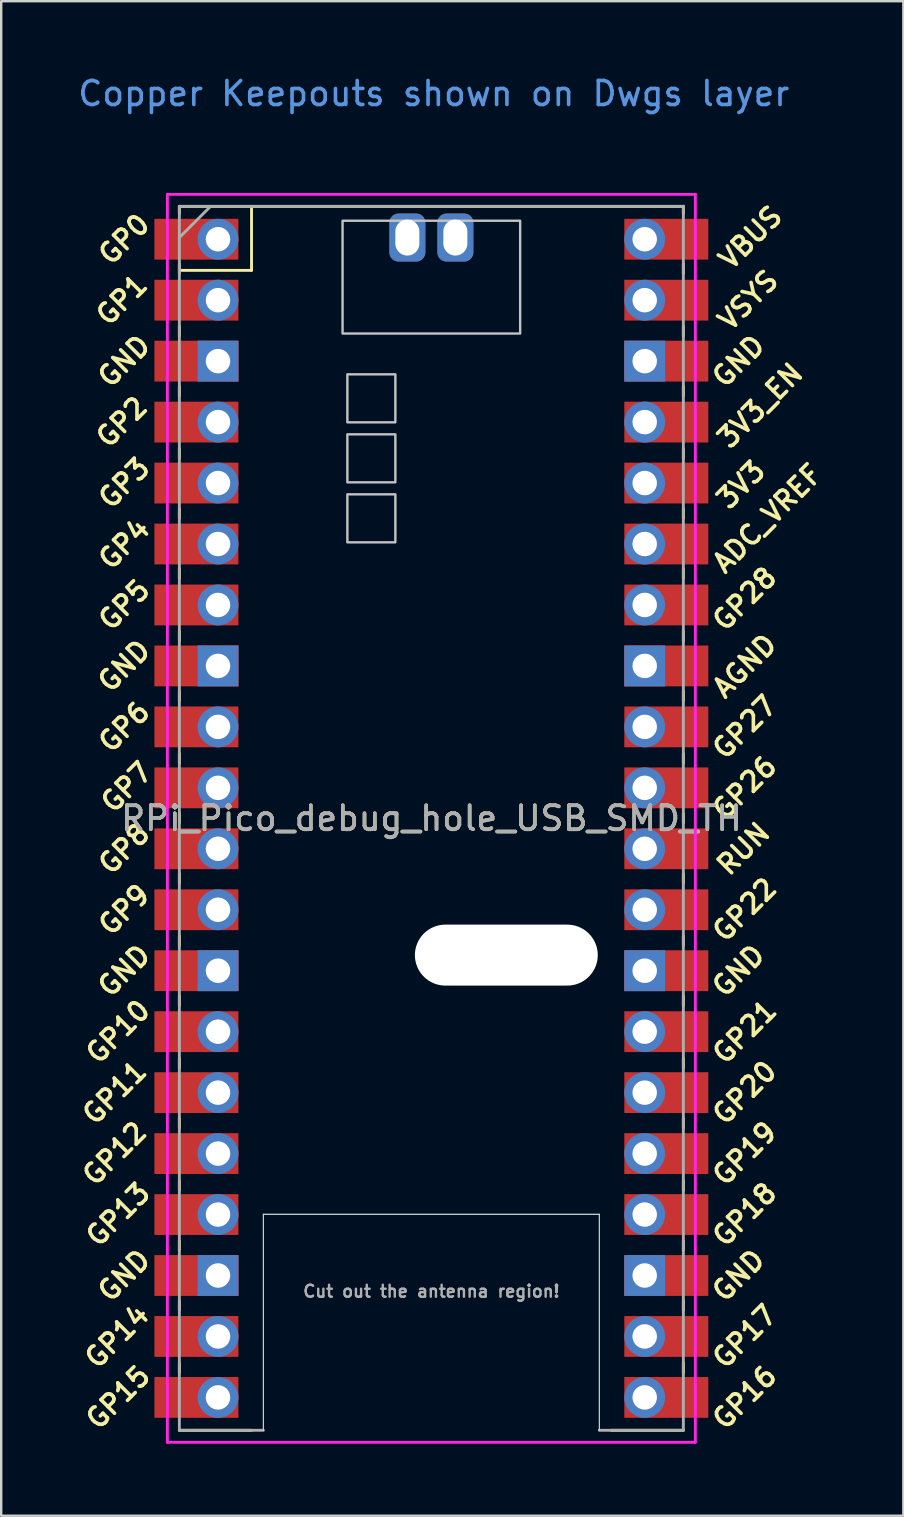
<source format=kicad_pcb>
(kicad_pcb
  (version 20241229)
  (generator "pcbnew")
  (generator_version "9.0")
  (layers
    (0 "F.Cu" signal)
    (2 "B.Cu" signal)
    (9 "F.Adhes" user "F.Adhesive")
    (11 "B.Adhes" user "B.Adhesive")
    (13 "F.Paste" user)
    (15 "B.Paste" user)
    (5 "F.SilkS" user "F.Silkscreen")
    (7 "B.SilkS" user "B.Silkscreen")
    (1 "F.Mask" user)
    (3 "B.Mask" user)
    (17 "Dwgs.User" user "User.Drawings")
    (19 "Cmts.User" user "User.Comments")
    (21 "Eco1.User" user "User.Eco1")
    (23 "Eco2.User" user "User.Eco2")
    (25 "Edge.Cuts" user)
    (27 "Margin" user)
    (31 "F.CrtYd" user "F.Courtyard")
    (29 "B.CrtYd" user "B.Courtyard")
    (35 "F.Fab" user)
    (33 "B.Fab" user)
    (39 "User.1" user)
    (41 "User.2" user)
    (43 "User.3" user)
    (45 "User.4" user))
  (footprint "RPi_Pico_debug_hole_USB_SMD_TH"
    (layer "F.Cu")
    (at 14.924 31.048)
    (property "Reference" "RPi_Pico_debug_hole_USB_SMD_TH" (at 0 0 0) (layer "F.SilkS") (effects (font (size 1 1) (thickness 0.15))))
    (attr smd)
    (fp_line (start -10.5 -25.5) (end -10.5 -25.2) (stroke (width 0.12) (type solid)) (layer "F.SilkS"))
    (fp_line (start -10.5 -25.5) (end 10.5 -25.5) (stroke (width 0.12) (type solid)) (layer "F.SilkS"))
    (fp_line (start -10.5 -23.1) (end -10.5 -22.7) (stroke (width 0.12) (type solid)) (layer "F.SilkS"))
    (fp_line (start -10.5 -22.833) (end -7.493 -22.833) (stroke (width 0.12) (type solid)) (layer "F.SilkS"))
    (fp_line (start -10.5 -20.5) (end -10.5 -20.1) (stroke (width 0.12) (type solid)) (layer "F.SilkS"))
    (fp_line (start -10.5 -18) (end -10.5 -17.6) (stroke (width 0.12) (type solid)) (layer "F.SilkS"))
    (fp_line (start -10.5 -15.4) (end -10.5 -15) (stroke (width 0.12) (type solid)) (layer "F.SilkS"))
    (fp_line (start -10.5 -12.9) (end -10.5 -12.5) (stroke (width 0.12) (type solid)) (layer "F.SilkS"))
    (fp_line (start -10.5 -10.4) (end -10.5 -10) (stroke (width 0.12) (type solid)) (layer "F.SilkS"))
    (fp_line (start -10.5 -7.8) (end -10.5 -7.4) (stroke (width 0.12) (type solid)) (layer "F.SilkS"))
    (fp_line (start -10.5 -5.3) (end -10.5 -4.9) (stroke (width 0.12) (type solid)) (layer "F.SilkS"))
    (fp_line (start -10.5 -2.7) (end -10.5 -2.3) (stroke (width 0.12) (type solid)) (layer "F.SilkS"))
    (fp_line (start -10.5 -0.2) (end -10.5 0.2) (stroke (width 0.12) (type solid)) (layer "F.SilkS"))
    (fp_line (start -10.5 2.3) (end -10.5 2.7) (stroke (width 0.12) (type solid)) (layer "F.SilkS"))
    (fp_line (start -10.5 4.9) (end -10.5 5.3) (stroke (width 0.12) (type solid)) (layer "F.SilkS"))
    (fp_line (start -10.5 7.4) (end -10.5 7.8) (stroke (width 0.12) (type solid)) (layer "F.SilkS"))
    (fp_line (start -10.5 10) (end -10.5 10.4) (stroke (width 0.12) (type solid)) (layer "F.SilkS"))
    (fp_line (start -10.5 12.5) (end -10.5 12.9) (stroke (width 0.12) (type solid)) (layer "F.SilkS"))
    (fp_line (start -10.5 15.1) (end -10.5 15.5) (stroke (width 0.12) (type solid)) (layer "F.SilkS"))
    (fp_line (start -10.5 17.6) (end -10.5 18) (stroke (width 0.12) (type solid)) (layer "F.SilkS"))
    (fp_line (start -10.5 20.1) (end -10.5 20.5) (stroke (width 0.12) (type solid)) (layer "F.SilkS"))
    (fp_line (start -10.5 22.7) (end -10.5 23.1) (stroke (width 0.12) (type solid)) (layer "F.SilkS"))
    (fp_line (start -7.5 25.5) (end -10.5 25.5) (stroke (width 0.12) (type solid)) (layer "F.SilkS"))
    (fp_line (start -7.493 -22.833) (end -7.493 -25.5) (stroke (width 0.12) (type solid)) (layer "F.SilkS"))
    (fp_line (start 10.5 -25.5) (end 10.5 -25.2) (stroke (width 0.12) (type solid)) (layer "F.SilkS"))
    (fp_line (start 10.5 -23.1) (end 10.5 -22.7) (stroke (width 0.12) (type solid)) (layer "F.SilkS"))
    (fp_line (start 10.5 -20.5) (end 10.5 -20.1) (stroke (width 0.12) (type solid)) (layer "F.SilkS"))
    (fp_line (start 10.5 -18) (end 10.5 -17.6) (stroke (width 0.12) (type solid)) (layer "F.SilkS"))
    (fp_line (start 10.5 -15.4) (end 10.5 -15) (stroke (width 0.12) (type solid)) (layer "F.SilkS"))
    (fp_line (start 10.5 -12.9) (end 10.5 -12.5) (stroke (width 0.12) (type solid)) (layer "F.SilkS"))
    (fp_line (start 10.5 -10.4) (end 10.5 -10) (stroke (width 0.12) (type solid)) (layer "F.SilkS"))
    (fp_line (start 10.5 -7.8) (end 10.5 -7.4) (stroke (width 0.12) (type solid)) (layer "F.SilkS"))
    (fp_line (start 10.5 -5.3) (end 10.5 -4.9) (stroke (width 0.12) (type solid)) (layer "F.SilkS"))
    (fp_line (start 10.5 -2.7) (end 10.5 -2.3) (stroke (width 0.12) (type solid)) (layer "F.SilkS"))
    (fp_line (start 10.5 -0.2) (end 10.5 0.2) (stroke (width 0.12) (type solid)) (layer "F.SilkS"))
    (fp_line (start 10.5 2.3) (end 10.5 2.7) (stroke (width 0.12) (type solid)) (layer "F.SilkS"))
    (fp_line (start 10.5 4.9) (end 10.5 5.3) (stroke (width 0.12) (type solid)) (layer "F.SilkS"))
    (fp_line (start 10.5 7.4) (end 10.5 7.8) (stroke (width 0.12) (type solid)) (layer "F.SilkS"))
    (fp_line (start 10.5 10) (end 10.5 10.4) (stroke (width 0.12) (type solid)) (layer "F.SilkS"))
    (fp_line (start 10.5 12.5) (end 10.5 12.9) (stroke (width 0.12) (type solid)) (layer "F.SilkS"))
    (fp_line (start 10.5 15.1) (end 10.5 15.5) (stroke (width 0.12) (type solid)) (layer "F.SilkS"))
    (fp_line (start 10.5 17.6) (end 10.5 18) (stroke (width 0.12) (type solid)) (layer "F.SilkS"))
    (fp_line (start 10.5 20.1) (end 10.5 20.5) (stroke (width 0.12) (type solid)) (layer "F.SilkS"))
    (fp_line (start 10.5 22.7) (end 10.5 23.1) (stroke (width 0.12) (type solid)) (layer "F.SilkS"))
    (fp_line (start 10.5 25.5) (end 7.5 25.5) (stroke (width 0.12) (type solid)) (layer "F.SilkS"))
    (fp_poly (pts (xy -1.5 -16.5) (xy -3.5 -16.5) (xy -3.5 -18.5) (xy -1.5 -18.5)) (stroke (width 0.1) (type solid)) (fill no) (layer "Dwgs.User"))
    (fp_poly (pts (xy -1.5 -14) (xy -3.5 -14) (xy -3.5 -16) (xy -1.5 -16)) (stroke (width 0.1) (type solid)) (fill no) (layer "Dwgs.User"))
    (fp_poly (pts (xy -1.5 -11.5) (xy -3.5 -11.5) (xy -3.5 -13.5) (xy -1.5 -13.5)) (stroke (width 0.1) (type solid)) (fill no) (layer "Dwgs.User"))
    (fp_poly (pts (xy 3.7 -20.2) (xy -3.7 -20.2) (xy -3.7 -24.9) (xy 3.7 -24.9)) (stroke (width 0.1) (type solid)) (fill no) (layer "Dwgs.User"))
    (fp_line (start -7 16.5) (end 7 16.5) (stroke (width 0.05) (type default)) (layer "Edge.Cuts"))
    (fp_line (start -7 25.5) (end -7 16.5) (stroke (width 0.05) (type default)) (layer "Edge.Cuts"))
    (fp_line (start 7 16.5) (end 7 25.5) (stroke (width 0.05) (type default)) (layer "Edge.Cuts"))
    (fp_line (start -11 -26) (end 11 -26) (stroke (width 0.12) (type solid)) (layer "F.CrtYd"))
    (fp_line (start -11 26) (end -11 -26) (stroke (width 0.12) (type solid)) (layer "F.CrtYd"))
    (fp_line (start 11 -26) (end 11 26) (stroke (width 0.12) (type solid)) (layer "F.CrtYd"))
    (fp_line (start 11 26) (end -11 26) (stroke (width 0.12) (type solid)) (layer "F.CrtYd"))
    (fp_line (start -10.5 -25.5) (end 10.5 -25.5) (stroke (width 0.12) (type solid)) (layer "F.Fab"))
    (fp_line (start -10.5 -24.2) (end -9.2 -25.5) (stroke (width 0.12) (type solid)) (layer "F.Fab"))
    (fp_line (start -10.5 25.5) (end -10.5 -25.5) (stroke (width 0.12) (type solid)) (layer "F.Fab"))
    (fp_line (start -7 25.5) (end -10.5 25.5) (stroke (width 0.12) (type solid)) (layer "F.Fab"))
    (fp_line (start 10.5 -25.5) (end 10.5 25.5) (stroke (width 0.12) (type solid)) (layer "F.Fab"))
    (fp_line (start 10.5 25.5) (end 7 25.5) (stroke (width 0.12) (type solid)) (layer "F.Fab"))
    (fp_text user "GP13" (at -13.054 16.51 45) (layer "F.SilkS") (effects (font (size 0.8 0.8) (thickness 0.15))))
    (fp_text user "GP28" (at 13.054 -9.144 45) (layer "F.SilkS") (effects (font (size 0.8 0.8) (thickness 0.15))))
    (fp_text user "GND" (at 12.8 6.35 45) (layer "F.SilkS") (effects (font (size 0.8 0.8) (thickness 0.15))))
    (fp_text user "GP11" (at -13.2 11.43 45) (layer "F.SilkS") (effects (font (size 0.8 0.8) (thickness 0.15))))
    (fp_text user "GND" (at 12.8 -19.05 45) (layer "F.SilkS") (effects (font (size 0.8 0.8) (thickness 0.15))))
    (fp_text user "GP5" (at -12.8 -8.89 45) (layer "F.SilkS") (effects (font (size 0.8 0.8) (thickness 0.15))))
    (fp_text user "GP0" (at -12.8 -24.13 45) (layer "F.SilkS") (effects (font (size 0.8 0.8) (thickness 0.15))))
    (fp_text user "3V3_EN" (at 13.7 -17.2 45) (layer "F.SilkS") (effects (font (size 0.8 0.8) (thickness 0.15))))
    (fp_text user "GP1" (at -12.9 -21.6 45) (layer "F.SilkS") (effects (font (size 0.8 0.8) (thickness 0.15))))
    (fp_text user "GP17" (at 13.054 21.59 45) (layer "F.SilkS") (effects (font (size 0.8 0.8) (thickness 0.15))))
    (fp_text user "GP9" (at -12.8 3.81 45) (layer "F.SilkS") (effects (font (size 0.8 0.8) (thickness 0.15))))
    (fp_text user "GND" (at -12.8 -6.35 45) (layer "F.SilkS") (effects (font (size 0.8 0.8) (thickness 0.15))))
    (fp_text user "GND" (at -12.8 -19.05 45) (layer "F.SilkS") (effects (font (size 0.8 0.8) (thickness 0.15))))
    (fp_text user "3V3" (at 12.9 -13.9 45) (layer "F.SilkS") (effects (font (size 0.8 0.8) (thickness 0.15))))
    (fp_text user "GP18" (at 13.054 16.51 45) (layer "F.SilkS") (effects (font (size 0.8 0.8) (thickness 0.15))))
    (fp_text user "GP8" (at -12.8 1.27 45) (layer "F.SilkS") (effects (font (size 0.8 0.8) (thickness 0.15))))
    (fp_text user "RUN" (at 13 1.27 45) (layer "F.SilkS") (effects (font (size 0.8 0.8) (thickness 0.15))))
    (fp_text user "GND" (at -12.8 19.05 45) (layer "F.SilkS") (effects (font (size 0.8 0.8) (thickness 0.15))))
    (fp_text user "VSYS" (at 13.2 -21.59 45) (layer "F.SilkS") (effects (font (size 0.8 0.8) (thickness 0.15))))
    (fp_text user "GP12" (at -13.2 13.97 45) (layer "F.SilkS") (effects (font (size 0.8 0.8) (thickness 0.15))))
    (fp_text user "GP10" (at -13.054 8.89 45) (layer "F.SilkS") (effects (font (size 0.8 0.8) (thickness 0.15))))
    (fp_text user "GP19" (at 13.054 13.97 45) (layer "F.SilkS") (effects (font (size 0.8 0.8) (thickness 0.15))))
    (fp_text user "AGND" (at 13.054 -6.35 45) (layer "F.SilkS") (effects (font (size 0.8 0.8) (thickness 0.15))))
    (fp_text user "GP26" (at 13.054 -1.27 45) (layer "F.SilkS") (effects (font (size 0.8 0.8) (thickness 0.15))))
    (fp_text user "GP27" (at 13.054 -3.8 45) (layer "F.SilkS") (effects (font (size 0.8 0.8) (thickness 0.15))))
    (fp_text user "GP21" (at 13.054 8.9 45) (layer "F.SilkS") (effects (font (size 0.8 0.8) (thickness 0.15))))
    (fp_text user "GP22" (at 13.054 3.81 45) (layer "F.SilkS") (effects (font (size 0.8 0.8) (thickness 0.15))))
    (fp_text user "GP15" (at -13.054 24.13 45) (layer "F.SilkS") (effects (font (size 0.8 0.8) (thickness 0.15))))
    (fp_text user "GP16" (at 13.054 24.13 45) (layer "F.SilkS") (effects (font (size 0.8 0.8) (thickness 0.15))))
    (fp_text user "GP14" (at -13.1 21.59 45) (layer "F.SilkS") (effects (font (size 0.8 0.8) (thickness 0.15))))
    (fp_text user "ADC_VREF" (at 14 -12.5 45) (layer "F.SilkS") (effects (font (size 0.8 0.8) (thickness 0.15))))
    (fp_text user "GP3" (at -12.8 -13.97 45) (layer "F.SilkS") (effects (font (size 0.8 0.8) (thickness 0.15))))
    (fp_text user "GP4" (at -12.8 -11.43 45) (layer "F.SilkS") (effects (font (size 0.8 0.8) (thickness 0.15))))
    (fp_text user "GND" (at 12.8 19.05 45) (layer "F.SilkS") (effects (font (size 0.8 0.8) (thickness 0.15))))
    (fp_text user "GP20" (at 13.054 11.43 45) (layer "F.SilkS") (effects (font (size 0.8 0.8) (thickness 0.15))))
    (fp_text user "GP7" (at -12.7 -1.3 45) (layer "F.SilkS") (effects (font (size 0.8 0.8) (thickness 0.15))))
    (fp_text user "GND" (at -12.8 6.35 45) (layer "F.SilkS") (effects (font (size 0.8 0.8) (thickness 0.15))))
    (fp_text user "GP2" (at -12.9 -16.51 45) (layer "F.SilkS") (effects (font (size 0.8 0.8) (thickness 0.15))))
    (fp_text user "GP6" (at -12.8 -3.81 45) (layer "F.SilkS") (effects (font (size 0.8 0.8) (thickness 0.15))))
    (fp_text user "VBUS" (at 13.3 -24.2 45) (layer "F.SilkS") (effects (font (size 0.8 0.8) (thickness 0.15))))
    (fp_text user "Copper Keepouts shown on Dwgs layer" (at 0.1 -30.2 0) (layer "Cmts.User") (effects (font (size 1 1) (thickness 0.15))))
    (fp_text user "Cut out the antenna region!" (at 0 20 0) (unlocked yes) (layer "F.Fab") (effects (font (size 0.5 0.5) (thickness 0.1) (bold yes)) (justify bottom)))
    (fp_text user "${REFERENCE}" (at 0 0 180) (layer "F.Fab") (effects (font (size 1 1) (thickness 0.15))))
    (pad "" np_thru_hole oval (at 3.124 5.7) (size 7.62 2.54) (drill oval 7.62 2.54) (layers "*.Cu" "*.Mask"))
    (pad "1" thru_hole oval (at -8.89 -24.13) (size 1.7 1.7) (drill 1.02) (layers "*.Cu" "*.Mask"))
    (pad "1" smd rect (at -8.89 -24.13) (size 3.5 1.7) (drill (offset -0.9 0)) (layers "F.Cu" "F.Mask"))
    (pad "2" thru_hole oval (at -8.89 -21.59) (size 1.7 1.7) (drill 1.02) (layers "*.Cu" "*.Mask"))
    (pad "2" smd rect (at -8.89 -21.59) (size 3.5 1.7) (drill (offset -0.9 0)) (layers "F.Cu" "F.Mask"))
    (pad "3" thru_hole rect (at -8.89 -19.05) (size 1.7 1.7) (drill 1.02) (layers "*.Cu" "*.Mask"))
    (pad "3" smd rect (at -8.89 -19.05) (size 3.5 1.7) (drill (offset -0.9 0)) (layers "F.Cu" "F.Mask"))
    (pad "4" thru_hole oval (at -8.89 -16.51) (size 1.7 1.7) (drill 1.02) (layers "*.Cu" "*.Mask"))
    (pad "4" smd rect (at -8.89 -16.51) (size 3.5 1.7) (drill (offset -0.9 0)) (layers "F.Cu" "F.Mask"))
    (pad "5" thru_hole oval (at -8.89 -13.97) (size 1.7 1.7) (drill 1.02) (layers "*.Cu" "*.Mask"))
    (pad "5" smd rect (at -8.89 -13.97) (size 3.5 1.7) (drill (offset -0.9 0)) (layers "F.Cu" "F.Mask"))
    (pad "6" thru_hole oval (at -8.89 -11.43) (size 1.7 1.7) (drill 1.02) (layers "*.Cu" "*.Mask"))
    (pad "6" smd rect (at -8.89 -11.43) (size 3.5 1.7) (drill (offset -0.9 0)) (layers "F.Cu" "F.Mask"))
    (pad "7" thru_hole oval (at -8.89 -8.89) (size 1.7 1.7) (drill 1.02) (layers "*.Cu" "*.Mask"))
    (pad "7" smd rect (at -8.89 -8.89) (size 3.5 1.7) (drill (offset -0.9 0)) (layers "F.Cu" "F.Mask"))
    (pad "8" thru_hole rect (at -8.89 -6.35) (size 1.7 1.7) (drill 1.02) (layers "*.Cu" "*.Mask"))
    (pad "8" smd rect (at -8.89 -6.35) (size 3.5 1.7) (drill (offset -0.9 0)) (layers "F.Cu" "F.Mask"))
    (pad "9" thru_hole oval (at -8.89 -3.81) (size 1.7 1.7) (drill 1.02) (layers "*.Cu" "*.Mask"))
    (pad "9" smd rect (at -8.89 -3.81) (size 3.5 1.7) (drill (offset -0.9 0)) (layers "F.Cu" "F.Mask"))
    (pad "10" thru_hole oval (at -8.89 -1.27) (size 1.7 1.7) (drill 1.02) (layers "*.Cu" "*.Mask"))
    (pad "10" smd rect (at -8.89 -1.27) (size 3.5 1.7) (drill (offset -0.9 0)) (layers "F.Cu" "F.Mask"))
    (pad "11" thru_hole oval (at -8.89 1.27) (size 1.7 1.7) (drill 1.02) (layers "*.Cu" "*.Mask"))
    (pad "11" smd rect (at -8.89 1.27) (size 3.5 1.7) (drill (offset -0.9 0)) (layers "F.Cu" "F.Mask"))
    (pad "12" thru_hole oval (at -8.89 3.81) (size 1.7 1.7) (drill 1.02) (layers "*.Cu" "*.Mask"))
    (pad "12" smd rect (at -8.89 3.81) (size 3.5 1.7) (drill (offset -0.9 0)) (layers "F.Cu" "F.Mask"))
    (pad "13" thru_hole rect (at -8.89 6.35) (size 1.7 1.7) (drill 1.02) (layers "*.Cu" "*.Mask"))
    (pad "13" smd rect (at -8.89 6.35) (size 3.5 1.7) (drill (offset -0.9 0)) (layers "F.Cu" "F.Mask"))
    (pad "14" thru_hole oval (at -8.89 8.89) (size 1.7 1.7) (drill 1.02) (layers "*.Cu" "*.Mask"))
    (pad "14" smd rect (at -8.89 8.89) (size 3.5 1.7) (drill (offset -0.9 0)) (layers "F.Cu" "F.Mask"))
    (pad "15" thru_hole oval (at -8.89 11.43) (size 1.7 1.7) (drill 1.02) (layers "*.Cu" "*.Mask"))
    (pad "15" smd rect (at -8.89 11.43) (size 3.5 1.7) (drill (offset -0.9 0)) (layers "F.Cu" "F.Mask"))
    (pad "16" thru_hole oval (at -8.89 13.97) (size 1.7 1.7) (drill 1.02) (layers "*.Cu" "*.Mask"))
    (pad "16" smd rect (at -8.89 13.97) (size 3.5 1.7) (drill (offset -0.9 0)) (layers "F.Cu" "F.Mask"))
    (pad "17" thru_hole oval (at -8.89 16.51) (size 1.7 1.7) (drill 1.02) (layers "*.Cu" "*.Mask"))
    (pad "17" smd rect (at -8.89 16.51) (size 3.5 1.7) (drill (offset -0.9 0)) (layers "F.Cu" "F.Mask"))
    (pad "18" thru_hole rect (at -8.89 19.05) (size 1.7 1.7) (drill 1.02) (layers "*.Cu" "*.Mask"))
    (pad "18" smd rect (at -8.89 19.05) (size 3.5 1.7) (drill (offset -0.9 0)) (layers "F.Cu" "F.Mask"))
    (pad "19" thru_hole oval (at -8.89 21.59) (size 1.7 1.7) (drill 1.02) (layers "*.Cu" "*.Mask"))
    (pad "19" smd rect (at -8.89 21.59) (size 3.5 1.7) (drill (offset -0.9 0)) (layers "F.Cu" "F.Mask"))
    (pad "20" thru_hole oval (at -8.89 24.13) (size 1.7 1.7) (drill 1.02) (layers "*.Cu" "*.Mask"))
    (pad "20" smd rect (at -8.89 24.13) (size 3.5 1.7) (drill (offset -0.9 0)) (layers "F.Cu" "F.Mask"))
    (pad "21" thru_hole oval (at 8.89 24.13) (size 1.7 1.7) (drill 1.02) (layers "*.Cu" "*.Mask"))
    (pad "21" smd rect (at 8.89 24.13) (size 3.5 1.7) (drill (offset 0.9 0)) (layers "F.Cu" "F.Mask"))
    (pad "22" thru_hole oval (at 8.89 21.59) (size 1.7 1.7) (drill 1.02) (layers "*.Cu" "*.Mask"))
    (pad "22" smd rect (at 8.89 21.59) (size 3.5 1.7) (drill (offset 0.9 0)) (layers "F.Cu" "F.Mask"))
    (pad "23" thru_hole rect (at 8.89 19.05) (size 1.7 1.7) (drill 1.02) (layers "*.Cu" "*.Mask"))
    (pad "23" smd rect (at 8.89 19.05) (size 3.5 1.7) (drill (offset 0.9 0)) (layers "F.Cu" "F.Mask"))
    (pad "24" thru_hole oval (at 8.89 16.51) (size 1.7 1.7) (drill 1.02) (layers "*.Cu" "*.Mask"))
    (pad "24" smd rect (at 8.89 16.51) (size 3.5 1.7) (drill (offset 0.9 0)) (layers "F.Cu" "F.Mask"))
    (pad "25" thru_hole oval (at 8.89 13.97) (size 1.7 1.7) (drill 1.02) (layers "*.Cu" "*.Mask"))
    (pad "25" smd rect (at 8.89 13.97) (size 3.5 1.7) (drill (offset 0.9 0)) (layers "F.Cu" "F.Mask"))
    (pad "26" thru_hole oval (at 8.89 11.43) (size 1.7 1.7) (drill 1.02) (layers "*.Cu" "*.Mask"))
    (pad "26" smd rect (at 8.89 11.43) (size 3.5 1.7) (drill (offset 0.9 0)) (layers "F.Cu" "F.Mask"))
    (pad "27" thru_hole oval (at 8.89 8.89) (size 1.7 1.7) (drill 1.02) (layers "*.Cu" "*.Mask"))
    (pad "27" smd rect (at 8.89 8.89) (size 3.5 1.7) (drill (offset 0.9 0)) (layers "F.Cu" "F.Mask"))
    (pad "28" thru_hole rect (at 8.89 6.35) (size 1.7 1.7) (drill 1.02) (layers "*.Cu" "*.Mask"))
    (pad "28" smd rect (at 8.89 6.35) (size 3.5 1.7) (drill (offset 0.9 0)) (layers "F.Cu" "F.Mask"))
    (pad "29" thru_hole oval (at 8.89 3.81) (size 1.7 1.7) (drill 1.02) (layers "*.Cu" "*.Mask"))
    (pad "29" smd rect (at 8.89 3.81) (size 3.5 1.7) (drill (offset 0.9 0)) (layers "F.Cu" "F.Mask"))
    (pad "30" thru_hole oval (at 8.89 1.27) (size 1.7 1.7) (drill 1.02) (layers "*.Cu" "*.Mask"))
    (pad "30" smd rect (at 8.89 1.27) (size 3.5 1.7) (drill (offset 0.9 0)) (layers "F.Cu" "F.Mask"))
    (pad "31" thru_hole oval (at 8.89 -1.27) (size 1.7 1.7) (drill 1.02) (layers "*.Cu" "*.Mask"))
    (pad "31" smd rect (at 8.89 -1.27) (size 3.5 1.7) (drill (offset 0.9 0)) (layers "F.Cu" "F.Mask"))
    (pad "32" thru_hole oval (at 8.89 -3.81) (size 1.7 1.7) (drill 1.02) (layers "*.Cu" "*.Mask"))
    (pad "32" smd rect (at 8.89 -3.81) (size 3.5 1.7) (drill (offset 0.9 0)) (layers "F.Cu" "F.Mask"))
    (pad "33" thru_hole rect (at 8.89 -6.35) (size 1.7 1.7) (drill 1.02) (layers "*.Cu" "*.Mask"))
    (pad "33" smd rect (at 8.89 -6.35) (size 3.5 1.7) (drill (offset 0.9 0)) (layers "F.Cu" "F.Mask"))
    (pad "34" thru_hole oval (at 8.89 -8.89) (size 1.7 1.7) (drill 1.02) (layers "*.Cu" "*.Mask"))
    (pad "34" smd rect (at 8.89 -8.89) (size 3.5 1.7) (drill (offset 0.9 0)) (layers "F.Cu" "F.Mask"))
    (pad "35" thru_hole oval (at 8.89 -11.43) (size 1.7 1.7) (drill 1.02) (layers "*.Cu" "*.Mask"))
    (pad "35" smd rect (at 8.89 -11.43) (size 3.5 1.7) (drill (offset 0.9 0)) (layers "F.Cu" "F.Mask"))
    (pad "36" thru_hole oval (at 8.89 -13.97) (size 1.7 1.7) (drill 1.02) (layers "*.Cu" "*.Mask"))
    (pad "36" smd rect (at 8.89 -13.97) (size 3.5 1.7) (drill (offset 0.9 0)) (layers "F.Cu" "F.Mask"))
    (pad "37" thru_hole oval (at 8.89 -16.51) (size 1.7 1.7) (drill 1.02) (layers "*.Cu" "*.Mask"))
    (pad "37" smd rect (at 8.89 -16.51) (size 3.5 1.7) (drill (offset 0.9 0)) (layers "F.Cu" "F.Mask"))
    (pad "38" thru_hole rect (at 8.89 -19.05) (size 1.7 1.7) (drill 1.02) (layers "*.Cu" "*.Mask"))
    (pad "38" smd rect (at 8.89 -19.05) (size 3.5 1.7) (drill (offset 0.9 0)) (layers "F.Cu" "F.Mask"))
    (pad "39" thru_hole oval (at 8.89 -21.59) (size 1.7 1.7) (drill 1.02) (layers "*.Cu" "*.Mask"))
    (pad "39" smd rect (at 8.89 -21.59) (size 3.5 1.7) (drill (offset 0.9 0)) (layers "F.Cu" "F.Mask"))
    (pad "40" thru_hole oval (at 8.89 -24.13) (size 1.7 1.7) (drill 1.02) (layers "*.Cu" "*.Mask"))
    (pad "40" smd rect (at 8.89 -24.13) (size 3.5 1.7) (drill (offset 0.9 0)) (layers "F.Cu" "F.Mask"))
    (pad "44" thru_hole roundrect (at 1 -24.2) (size 1.5 2) (drill oval 1 1.5) (layers "*.Cu" "*.Mask") (roundrect_rratio 0.25))
    (pad "45" thru_hole roundrect (at -1 -24.2) (size 1.5 2) (drill oval 1 1.5) (layers "*.Cu" "*.Mask") (roundrect_rratio 0.25)))
  (gr_rect
    (start -3 -3)
    (end 34.591 60.108)
    (stroke (width 0.1) (type default))
    (fill no)
    (layer "Edge.Cuts")))
</source>
